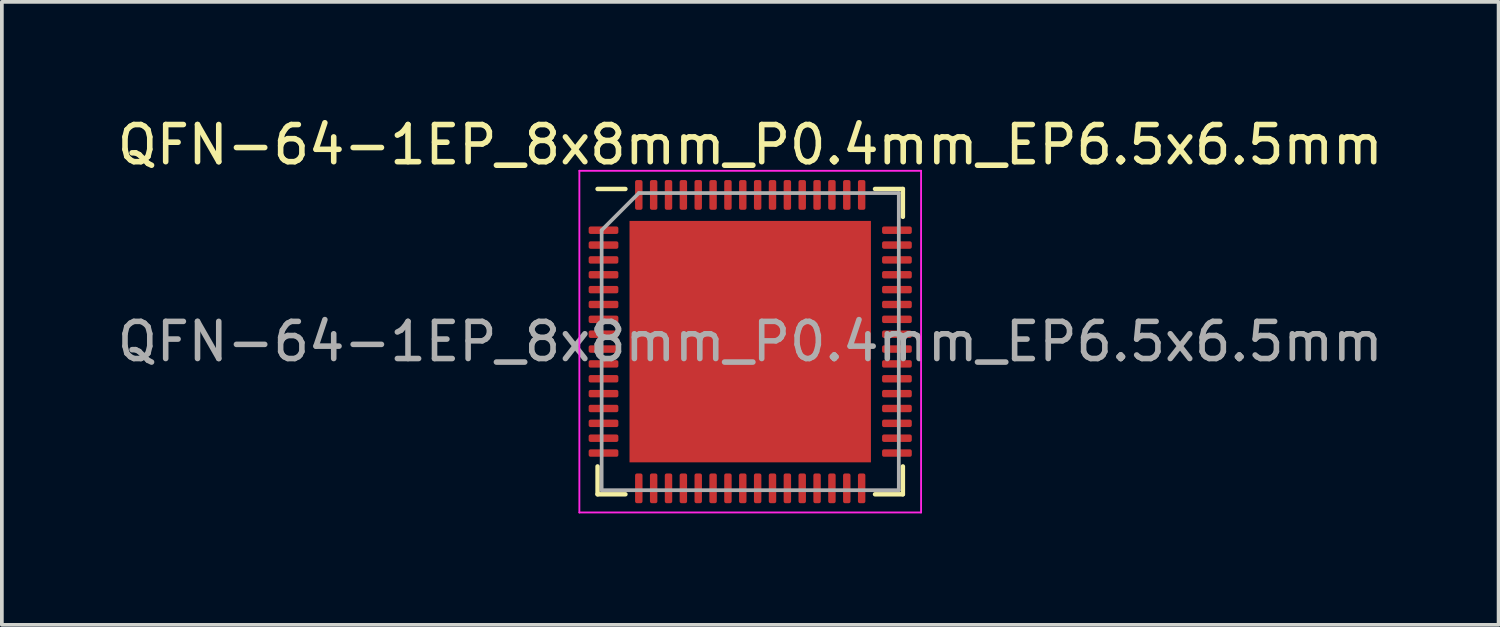
<source format=kicad_pcb>
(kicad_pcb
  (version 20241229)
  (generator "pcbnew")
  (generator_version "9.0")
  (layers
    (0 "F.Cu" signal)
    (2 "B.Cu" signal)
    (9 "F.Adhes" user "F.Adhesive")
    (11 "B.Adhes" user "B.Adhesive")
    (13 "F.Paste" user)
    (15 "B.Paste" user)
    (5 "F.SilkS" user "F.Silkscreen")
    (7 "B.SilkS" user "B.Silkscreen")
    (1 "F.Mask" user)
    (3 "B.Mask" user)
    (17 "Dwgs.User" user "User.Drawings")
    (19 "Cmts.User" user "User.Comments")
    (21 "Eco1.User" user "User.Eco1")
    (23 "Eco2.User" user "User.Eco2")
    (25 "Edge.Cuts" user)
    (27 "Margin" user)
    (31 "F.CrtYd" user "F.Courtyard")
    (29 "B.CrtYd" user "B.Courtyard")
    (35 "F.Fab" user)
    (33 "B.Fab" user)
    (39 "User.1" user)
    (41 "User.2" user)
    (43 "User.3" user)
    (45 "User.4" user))
  (footprint "QFN-64-1EP_8x8mm_P0.4mm_EP6.5x6.5mm"
    (layer "F.Cu")
    (at 17.149 6.148)
    (property "Reference" "QFN-64-1EP_8x8mm_P0.4mm_EP6.5x6.5mm" (at 0 -5.3 0) (layer "F.SilkS") (effects (font (size 1 1) (thickness 0.15))))
    (attr smd)
    (fp_line (start -4.11 4.11) (end -4.11 3.36) (stroke (width 0.12) (type solid)) (layer "F.SilkS"))
    (fp_line (start -3.36 -4.11) (end -4.11 -4.11) (stroke (width 0.12) (type solid)) (layer "F.SilkS"))
    (fp_line (start -3.36 4.11) (end -4.11 4.11) (stroke (width 0.12) (type solid)) (layer "F.SilkS"))
    (fp_line (start 3.36 -4.11) (end 4.11 -4.11) (stroke (width 0.12) (type solid)) (layer "F.SilkS"))
    (fp_line (start 3.36 4.11) (end 4.11 4.11) (stroke (width 0.12) (type solid)) (layer "F.SilkS"))
    (fp_line (start 4.11 -4.11) (end 4.11 -3.36) (stroke (width 0.12) (type solid)) (layer "F.SilkS"))
    (fp_line (start 4.11 4.11) (end 4.11 3.36) (stroke (width 0.12) (type solid)) (layer "F.SilkS"))
    (fp_line (start -4.6 -4.6) (end -4.6 4.6) (stroke (width 0.05) (type solid)) (layer "F.CrtYd"))
    (fp_line (start -4.6 4.6) (end 4.6 4.6) (stroke (width 0.05) (type solid)) (layer "F.CrtYd"))
    (fp_line (start 4.6 -4.6) (end -4.6 -4.6) (stroke (width 0.05) (type solid)) (layer "F.CrtYd"))
    (fp_line (start 4.6 4.6) (end 4.6 -4.6) (stroke (width 0.05) (type solid)) (layer "F.CrtYd"))
    (fp_line (start -4 -3) (end -3 -4) (stroke (width 0.1) (type solid)) (layer "F.Fab"))
    (fp_line (start -4 4) (end -4 -3) (stroke (width 0.1) (type solid)) (layer "F.Fab"))
    (fp_line (start -3 -4) (end 4 -4) (stroke (width 0.1) (type solid)) (layer "F.Fab"))
    (fp_line (start 4 -4) (end 4 4) (stroke (width 0.1) (type solid)) (layer "F.Fab"))
    (fp_line (start 4 4) (end -4 4) (stroke (width 0.1) (type solid)) (layer "F.Fab"))
    (fp_text user "${REFERENCE}" (at 0 0 0) (layer "F.Fab") (effects (font (size 1 1) (thickness 0.15))))
    (pad "" smd roundrect (at -2.6 -2.6) (size 1.05 1.05) (layers "F.Paste") (roundrect_rratio 0.238))
    (pad "" smd roundrect (at -2.6 -1.3) (size 1.05 1.05) (layers "F.Paste") (roundrect_rratio 0.238))
    (pad "" smd roundrect (at -2.6 0) (size 1.05 1.05) (layers "F.Paste") (roundrect_rratio 0.238))
    (pad "" smd roundrect (at -2.6 1.3) (size 1.05 1.05) (layers "F.Paste") (roundrect_rratio 0.238))
    (pad "" smd roundrect (at -2.6 2.6) (size 1.05 1.05) (layers "F.Paste") (roundrect_rratio 0.238))
    (pad "" smd roundrect (at -1.3 -2.6) (size 1.05 1.05) (layers "F.Paste") (roundrect_rratio 0.238))
    (pad "" smd roundrect (at -1.3 -1.3) (size 1.05 1.05) (layers "F.Paste") (roundrect_rratio 0.238))
    (pad "" smd roundrect (at -1.3 0) (size 1.05 1.05) (layers "F.Paste") (roundrect_rratio 0.238))
    (pad "" smd roundrect (at -1.3 1.3) (size 1.05 1.05) (layers "F.Paste") (roundrect_rratio 0.238))
    (pad "" smd roundrect (at -1.3 2.6) (size 1.05 1.05) (layers "F.Paste") (roundrect_rratio 0.238))
    (pad "" smd roundrect (at 0 -2.6) (size 1.05 1.05) (layers "F.Paste") (roundrect_rratio 0.238))
    (pad "" smd roundrect (at 0 -1.3) (size 1.05 1.05) (layers "F.Paste") (roundrect_rratio 0.238))
    (pad "" smd roundrect (at 0 0) (size 1.05 1.05) (layers "F.Paste") (roundrect_rratio 0.238))
    (pad "" smd roundrect (at 0 1.3) (size 1.05 1.05) (layers "F.Paste") (roundrect_rratio 0.238))
    (pad "" smd roundrect (at 0 2.6) (size 1.05 1.05) (layers "F.Paste") (roundrect_rratio 0.238))
    (pad "" smd roundrect (at 1.3 -2.6) (size 1.05 1.05) (layers "F.Paste") (roundrect_rratio 0.238))
    (pad "" smd roundrect (at 1.3 -1.3) (size 1.05 1.05) (layers "F.Paste") (roundrect_rratio 0.238))
    (pad "" smd roundrect (at 1.3 0) (size 1.05 1.05) (layers "F.Paste") (roundrect_rratio 0.238))
    (pad "" smd roundrect (at 1.3 1.3) (size 1.05 1.05) (layers "F.Paste") (roundrect_rratio 0.238))
    (pad "" smd roundrect (at 1.3 2.6) (size 1.05 1.05) (layers "F.Paste") (roundrect_rratio 0.238))
    (pad "" smd roundrect (at 2.6 -2.6) (size 1.05 1.05) (layers "F.Paste") (roundrect_rratio 0.238))
    (pad "" smd roundrect (at 2.6 -1.3) (size 1.05 1.05) (layers "F.Paste") (roundrect_rratio 0.238))
    (pad "" smd roundrect (at 2.6 0) (size 1.05 1.05) (layers "F.Paste") (roundrect_rratio 0.238))
    (pad "" smd roundrect (at 2.6 1.3) (size 1.05 1.05) (layers "F.Paste") (roundrect_rratio 0.238))
    (pad "" smd roundrect (at 2.6 2.6) (size 1.05 1.05) (layers "F.Paste") (roundrect_rratio 0.238))
    (pad "1" smd roundrect (at -3.95 -3) (size 0.8 0.2) (layers "F.Cu" "F.Mask" "F.Paste") (roundrect_rratio 0.25))
    (pad "2" smd roundrect (at -3.95 -2.6) (size 0.8 0.2) (layers "F.Cu" "F.Mask" "F.Paste") (roundrect_rratio 0.25))
    (pad "3" smd roundrect (at -3.95 -2.2) (size 0.8 0.2) (layers "F.Cu" "F.Mask" "F.Paste") (roundrect_rratio 0.25))
    (pad "4" smd roundrect (at -3.95 -1.8) (size 0.8 0.2) (layers "F.Cu" "F.Mask" "F.Paste") (roundrect_rratio 0.25))
    (pad "5" smd roundrect (at -3.95 -1.4) (size 0.8 0.2) (layers "F.Cu" "F.Mask" "F.Paste") (roundrect_rratio 0.25))
    (pad "6" smd roundrect (at -3.95 -1) (size 0.8 0.2) (layers "F.Cu" "F.Mask" "F.Paste") (roundrect_rratio 0.25))
    (pad "7" smd roundrect (at -3.95 -0.6) (size 0.8 0.2) (layers "F.Cu" "F.Mask" "F.Paste") (roundrect_rratio 0.25))
    (pad "8" smd roundrect (at -3.95 -0.2) (size 0.8 0.2) (layers "F.Cu" "F.Mask" "F.Paste") (roundrect_rratio 0.25))
    (pad "9" smd roundrect (at -3.95 0.2) (size 0.8 0.2) (layers "F.Cu" "F.Mask" "F.Paste") (roundrect_rratio 0.25))
    (pad "10" smd roundrect (at -3.95 0.6) (size 0.8 0.2) (layers "F.Cu" "F.Mask" "F.Paste") (roundrect_rratio 0.25))
    (pad "11" smd roundrect (at -3.95 1) (size 0.8 0.2) (layers "F.Cu" "F.Mask" "F.Paste") (roundrect_rratio 0.25))
    (pad "12" smd roundrect (at -3.95 1.4) (size 0.8 0.2) (layers "F.Cu" "F.Mask" "F.Paste") (roundrect_rratio 0.25))
    (pad "13" smd roundrect (at -3.95 1.8) (size 0.8 0.2) (layers "F.Cu" "F.Mask" "F.Paste") (roundrect_rratio 0.25))
    (pad "14" smd roundrect (at -3.95 2.2) (size 0.8 0.2) (layers "F.Cu" "F.Mask" "F.Paste") (roundrect_rratio 0.25))
    (pad "15" smd roundrect (at -3.95 2.6) (size 0.8 0.2) (layers "F.Cu" "F.Mask" "F.Paste") (roundrect_rratio 0.25))
    (pad "16" smd roundrect (at -3.95 3) (size 0.8 0.2) (layers "F.Cu" "F.Mask" "F.Paste") (roundrect_rratio 0.25))
    (pad "17" smd roundrect (at -3 3.95) (size 0.2 0.8) (layers "F.Cu" "F.Mask" "F.Paste") (roundrect_rratio 0.25))
    (pad "18" smd roundrect (at -2.6 3.95) (size 0.2 0.8) (layers "F.Cu" "F.Mask" "F.Paste") (roundrect_rratio 0.25))
    (pad "19" smd roundrect (at -2.2 3.95) (size 0.2 0.8) (layers "F.Cu" "F.Mask" "F.Paste") (roundrect_rratio 0.25))
    (pad "20" smd roundrect (at -1.8 3.95) (size 0.2 0.8) (layers "F.Cu" "F.Mask" "F.Paste") (roundrect_rratio 0.25))
    (pad "21" smd roundrect (at -1.4 3.95) (size 0.2 0.8) (layers "F.Cu" "F.Mask" "F.Paste") (roundrect_rratio 0.25))
    (pad "22" smd roundrect (at -1 3.95) (size 0.2 0.8) (layers "F.Cu" "F.Mask" "F.Paste") (roundrect_rratio 0.25))
    (pad "23" smd roundrect (at -0.6 3.95) (size 0.2 0.8) (layers "F.Cu" "F.Mask" "F.Paste") (roundrect_rratio 0.25))
    (pad "24" smd roundrect (at -0.2 3.95) (size 0.2 0.8) (layers "F.Cu" "F.Mask" "F.Paste") (roundrect_rratio 0.25))
    (pad "25" smd roundrect (at 0.2 3.95) (size 0.2 0.8) (layers "F.Cu" "F.Mask" "F.Paste") (roundrect_rratio 0.25))
    (pad "26" smd roundrect (at 0.6 3.95) (size 0.2 0.8) (layers "F.Cu" "F.Mask" "F.Paste") (roundrect_rratio 0.25))
    (pad "27" smd roundrect (at 1 3.95) (size 0.2 0.8) (layers "F.Cu" "F.Mask" "F.Paste") (roundrect_rratio 0.25))
    (pad "28" smd roundrect (at 1.4 3.95) (size 0.2 0.8) (layers "F.Cu" "F.Mask" "F.Paste") (roundrect_rratio 0.25))
    (pad "29" smd roundrect (at 1.8 3.95) (size 0.2 0.8) (layers "F.Cu" "F.Mask" "F.Paste") (roundrect_rratio 0.25))
    (pad "30" smd roundrect (at 2.2 3.95) (size 0.2 0.8) (layers "F.Cu" "F.Mask" "F.Paste") (roundrect_rratio 0.25))
    (pad "31" smd roundrect (at 2.6 3.95) (size 0.2 0.8) (layers "F.Cu" "F.Mask" "F.Paste") (roundrect_rratio 0.25))
    (pad "32" smd roundrect (at 3 3.95) (size 0.2 0.8) (layers "F.Cu" "F.Mask" "F.Paste") (roundrect_rratio 0.25))
    (pad "33" smd roundrect (at 3.95 3) (size 0.8 0.2) (layers "F.Cu" "F.Mask" "F.Paste") (roundrect_rratio 0.25))
    (pad "34" smd roundrect (at 3.95 2.6) (size 0.8 0.2) (layers "F.Cu" "F.Mask" "F.Paste") (roundrect_rratio 0.25))
    (pad "35" smd roundrect (at 3.95 2.2) (size 0.8 0.2) (layers "F.Cu" "F.Mask" "F.Paste") (roundrect_rratio 0.25))
    (pad "36" smd roundrect (at 3.95 1.8) (size 0.8 0.2) (layers "F.Cu" "F.Mask" "F.Paste") (roundrect_rratio 0.25))
    (pad "37" smd roundrect (at 3.95 1.4) (size 0.8 0.2) (layers "F.Cu" "F.Mask" "F.Paste") (roundrect_rratio 0.25))
    (pad "38" smd roundrect (at 3.95 1) (size 0.8 0.2) (layers "F.Cu" "F.Mask" "F.Paste") (roundrect_rratio 0.25))
    (pad "39" smd roundrect (at 3.95 0.6) (size 0.8 0.2) (layers "F.Cu" "F.Mask" "F.Paste") (roundrect_rratio 0.25))
    (pad "40" smd roundrect (at 3.95 0.2) (size 0.8 0.2) (layers "F.Cu" "F.Mask" "F.Paste") (roundrect_rratio 0.25))
    (pad "41" smd roundrect (at 3.95 -0.2) (size 0.8 0.2) (layers "F.Cu" "F.Mask" "F.Paste") (roundrect_rratio 0.25))
    (pad "42" smd roundrect (at 3.95 -0.6) (size 0.8 0.2) (layers "F.Cu" "F.Mask" "F.Paste") (roundrect_rratio 0.25))
    (pad "43" smd roundrect (at 3.95 -1) (size 0.8 0.2) (layers "F.Cu" "F.Mask" "F.Paste") (roundrect_rratio 0.25))
    (pad "44" smd roundrect (at 3.95 -1.4) (size 0.8 0.2) (layers "F.Cu" "F.Mask" "F.Paste") (roundrect_rratio 0.25))
    (pad "45" smd roundrect (at 3.95 -1.8) (size 0.8 0.2) (layers "F.Cu" "F.Mask" "F.Paste") (roundrect_rratio 0.25))
    (pad "46" smd roundrect (at 3.95 -2.2) (size 0.8 0.2) (layers "F.Cu" "F.Mask" "F.Paste") (roundrect_rratio 0.25))
    (pad "47" smd roundrect (at 3.95 -2.6) (size 0.8 0.2) (layers "F.Cu" "F.Mask" "F.Paste") (roundrect_rratio 0.25))
    (pad "48" smd roundrect (at 3.95 -3) (size 0.8 0.2) (layers "F.Cu" "F.Mask" "F.Paste") (roundrect_rratio 0.25))
    (pad "49" smd roundrect (at 3 -3.95) (size 0.2 0.8) (layers "F.Cu" "F.Mask" "F.Paste") (roundrect_rratio 0.25))
    (pad "50" smd roundrect (at 2.6 -3.95) (size 0.2 0.8) (layers "F.Cu" "F.Mask" "F.Paste") (roundrect_rratio 0.25))
    (pad "51" smd roundrect (at 2.2 -3.95) (size 0.2 0.8) (layers "F.Cu" "F.Mask" "F.Paste") (roundrect_rratio 0.25))
    (pad "52" smd roundrect (at 1.8 -3.95) (size 0.2 0.8) (layers "F.Cu" "F.Mask" "F.Paste") (roundrect_rratio 0.25))
    (pad "53" smd roundrect (at 1.4 -3.95) (size 0.2 0.8) (layers "F.Cu" "F.Mask" "F.Paste") (roundrect_rratio 0.25))
    (pad "54" smd roundrect (at 1 -3.95) (size 0.2 0.8) (layers "F.Cu" "F.Mask" "F.Paste") (roundrect_rratio 0.25))
    (pad "55" smd roundrect (at 0.6 -3.95) (size 0.2 0.8) (layers "F.Cu" "F.Mask" "F.Paste") (roundrect_rratio 0.25))
    (pad "56" smd roundrect (at 0.2 -3.95) (size 0.2 0.8) (layers "F.Cu" "F.Mask" "F.Paste") (roundrect_rratio 0.25))
    (pad "57" smd roundrect (at -0.2 -3.95) (size 0.2 0.8) (layers "F.Cu" "F.Mask" "F.Paste") (roundrect_rratio 0.25))
    (pad "58" smd roundrect (at -0.6 -3.95) (size 0.2 0.8) (layers "F.Cu" "F.Mask" "F.Paste") (roundrect_rratio 0.25))
    (pad "59" smd roundrect (at -1 -3.95) (size 0.2 0.8) (layers "F.Cu" "F.Mask" "F.Paste") (roundrect_rratio 0.25))
    (pad "60" smd roundrect (at -1.4 -3.95) (size 0.2 0.8) (layers "F.Cu" "F.Mask" "F.Paste") (roundrect_rratio 0.25))
    (pad "61" smd roundrect (at -1.8 -3.95) (size 0.2 0.8) (layers "F.Cu" "F.Mask" "F.Paste") (roundrect_rratio 0.25))
    (pad "62" smd roundrect (at -2.2 -3.95) (size 0.2 0.8) (layers "F.Cu" "F.Mask" "F.Paste") (roundrect_rratio 0.25))
    (pad "63" smd roundrect (at -2.6 -3.95) (size 0.2 0.8) (layers "F.Cu" "F.Mask" "F.Paste") (roundrect_rratio 0.25))
    (pad "64" smd roundrect (at -3 -3.95) (size 0.2 0.8) (layers "F.Cu" "F.Mask" "F.Paste") (roundrect_rratio 0.25))
    (pad "65" smd rect (at 0 0) (size 6.5 6.5) (layers "F.Cu" "F.Mask")))
  (gr_rect
    (start -3 -3)
    (end 37.298 13.773)
    (stroke (width 0.1) (type default))
    (fill no)
    (layer "Edge.Cuts")))
</source>
